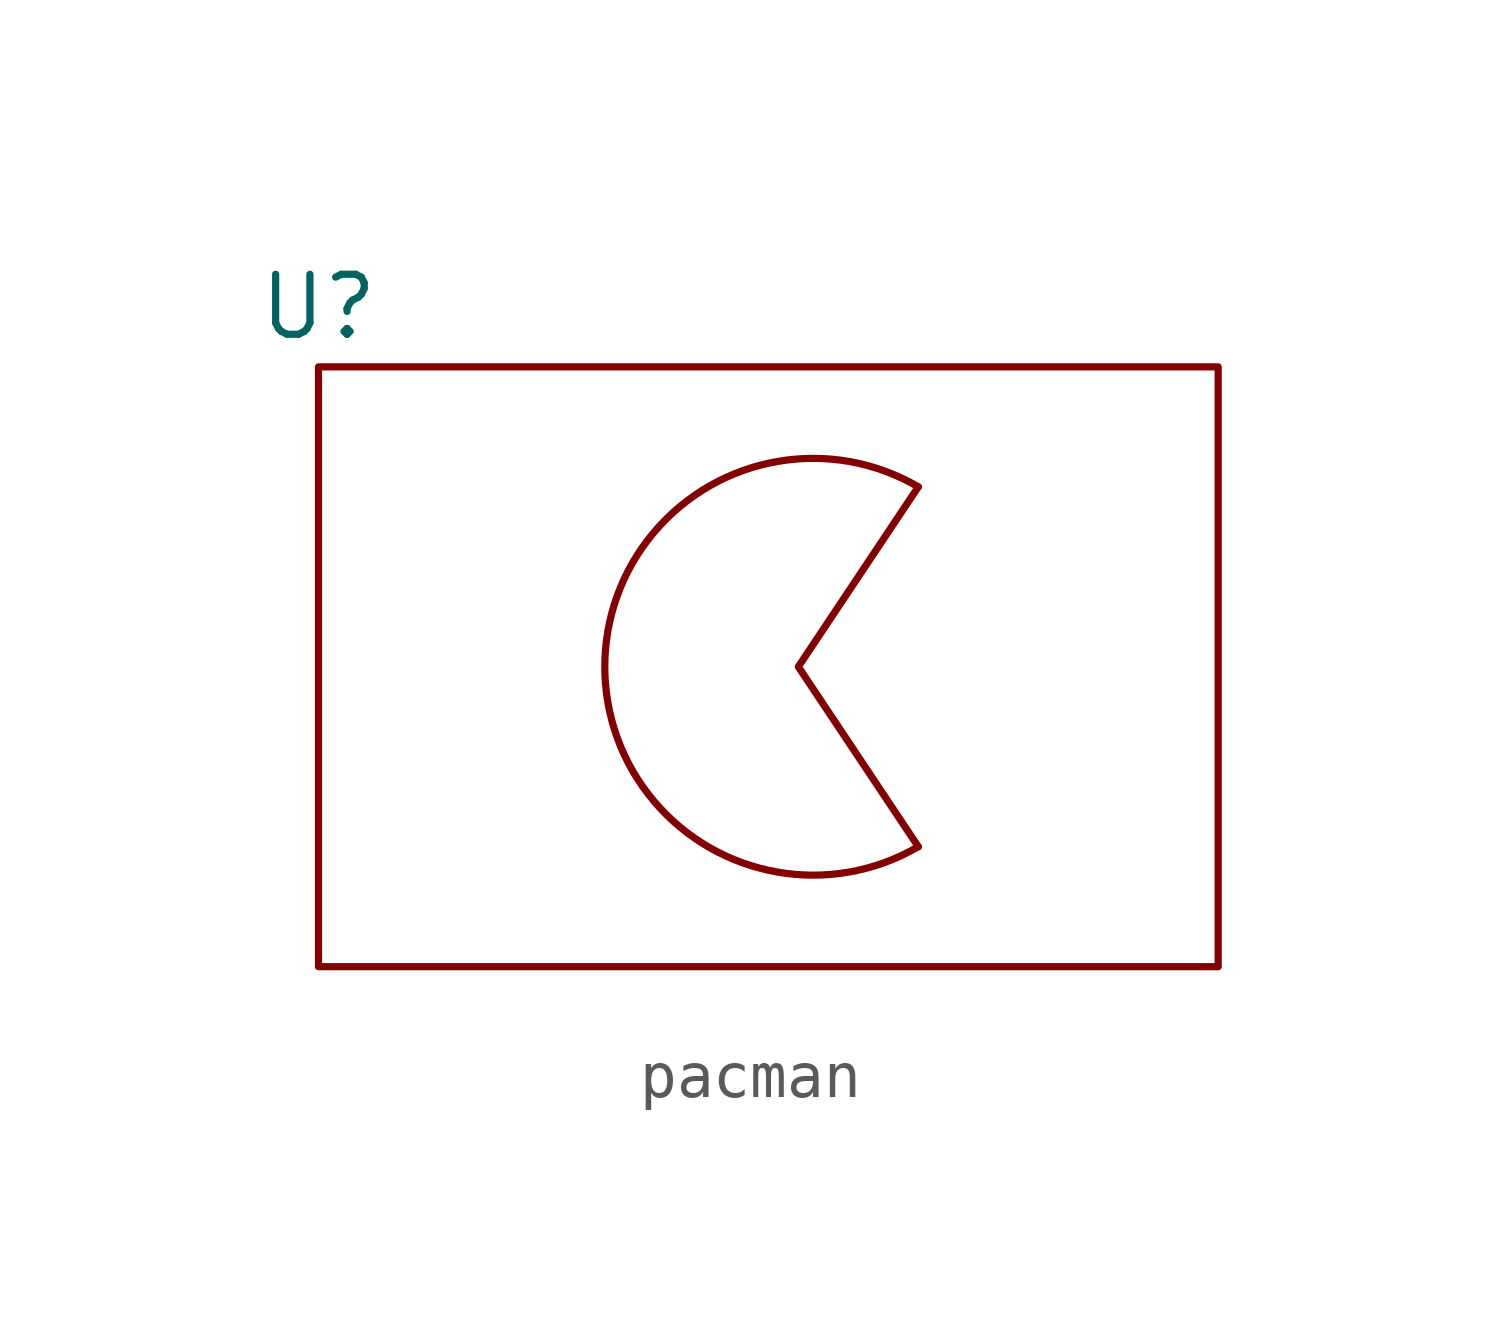
<source format=kicad_sym>
(kicad_symbol_lib
  (version 20241209)
  (generator "kicad_symbol_editor")
  (generator_version "9.0")
  (symbol "pacman"
    (property "Reference" "U"
      (at 0 0 0)
      (effects (font (size 1.27 1.27))))
    (property "Value" ""
      (at 0 0 0)
      (effects (font (size 1.27 1.27))))
    (symbol "pacman_0_1"
      (rectangle (start 0 -1.27) (end 19.05 -13.97) (stroke (width 0) (type default)) (fill (type none)))
      (arc (start 12.7 -11.43) (mid 6.0623 -7.62) (end 12.7 -3.81) (stroke (width 0) (type default)) (fill (type none)))
      (polyline (pts (xy 12.7 -3.81) (xy 10.16 -7.62) (xy 12.7 -11.43)) (stroke (width 0) (type default)) (fill (type none))))))
</source>
